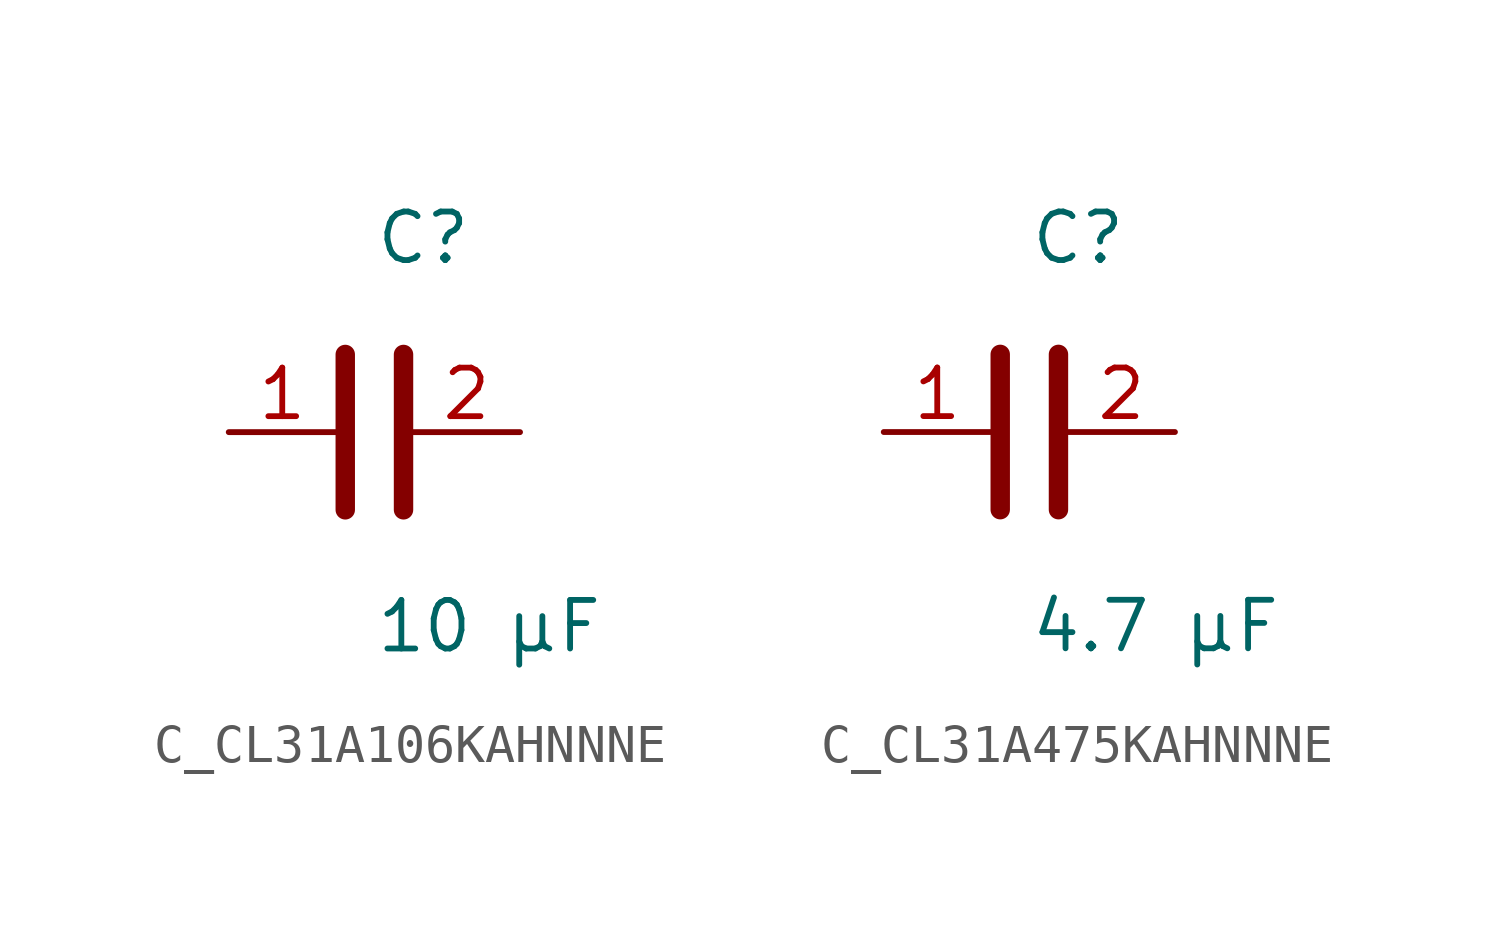
<source format=kicad_sym>
(kicad_symbol_lib
  (version 20231120)
  (generator kicad_symbol_editor)
  (generator_version 8.0)
  (symbol "C_CL31A106KAHNNNE"
    (pin_names
      (offset 0.254))
    (property "Reference" "C"
      (at 0 5.08 0)
      (effects (font (size 1.27 1.27)) (justify left)))
    (property "Value" "10 µF"
      (at 0 -5.08 0)
      (effects (font (size 1.27 1.27)) (justify left)))
    (symbol "C_CL31A106KAHNNNE_0_1"
      (polyline (pts (xy -0.762 -2.032) (xy -0.762 2.032)) (stroke (width 0.508) (type default)) (fill (type none)))
      (polyline (pts (xy 0.762 -2.032) (xy 0.762 2.032)) (stroke (width 0.508) (type default)) (fill (type none))))
    (pin unspecified line
      (at -3.81 0 0)
      (length 2.8)
      (name "" (effects (font (size 1.27 1.27))))
      (number "1" (effects (font (size 1.27 1.27)))))
    (pin unspecified line
      (at 3.81 0 180)
      (length 2.8)
      (name "" (effects (font (size 1.27 1.27))))
      (number "2" (effects (font (size 1.27 1.27))))))
  (symbol "C_CL31A475KAHNNNE"
    (pin_names
      (offset 0.254))
    (property "Reference" "C"
      (at 0 5.08 0)
      (effects (font (size 1.27 1.27)) (justify left)))
    (property "Value" "4.7 µF"
      (at 0 -5.08 0)
      (effects (font (size 1.27 1.27)) (justify left)))
    (symbol "C_CL31A475KAHNNNE_0_1"
      (polyline (pts (xy -0.762 -2.032) (xy -0.762 2.032)) (stroke (width 0.508) (type default)) (fill (type none)))
      (polyline (pts (xy 0.762 -2.032) (xy 0.762 2.032)) (stroke (width 0.508) (type default)) (fill (type none))))
    (pin unspecified line
      (at -3.81 0 0)
      (length 2.8)
      (name "" (effects (font (size 1.27 1.27))))
      (number "1" (effects (font (size 1.27 1.27)))))
    (pin unspecified line
      (at 3.81 0 180)
      (length 2.8)
      (name "" (effects (font (size 1.27 1.27))))
      (number "2" (effects (font (size 1.27 1.27)))))))
</source>
